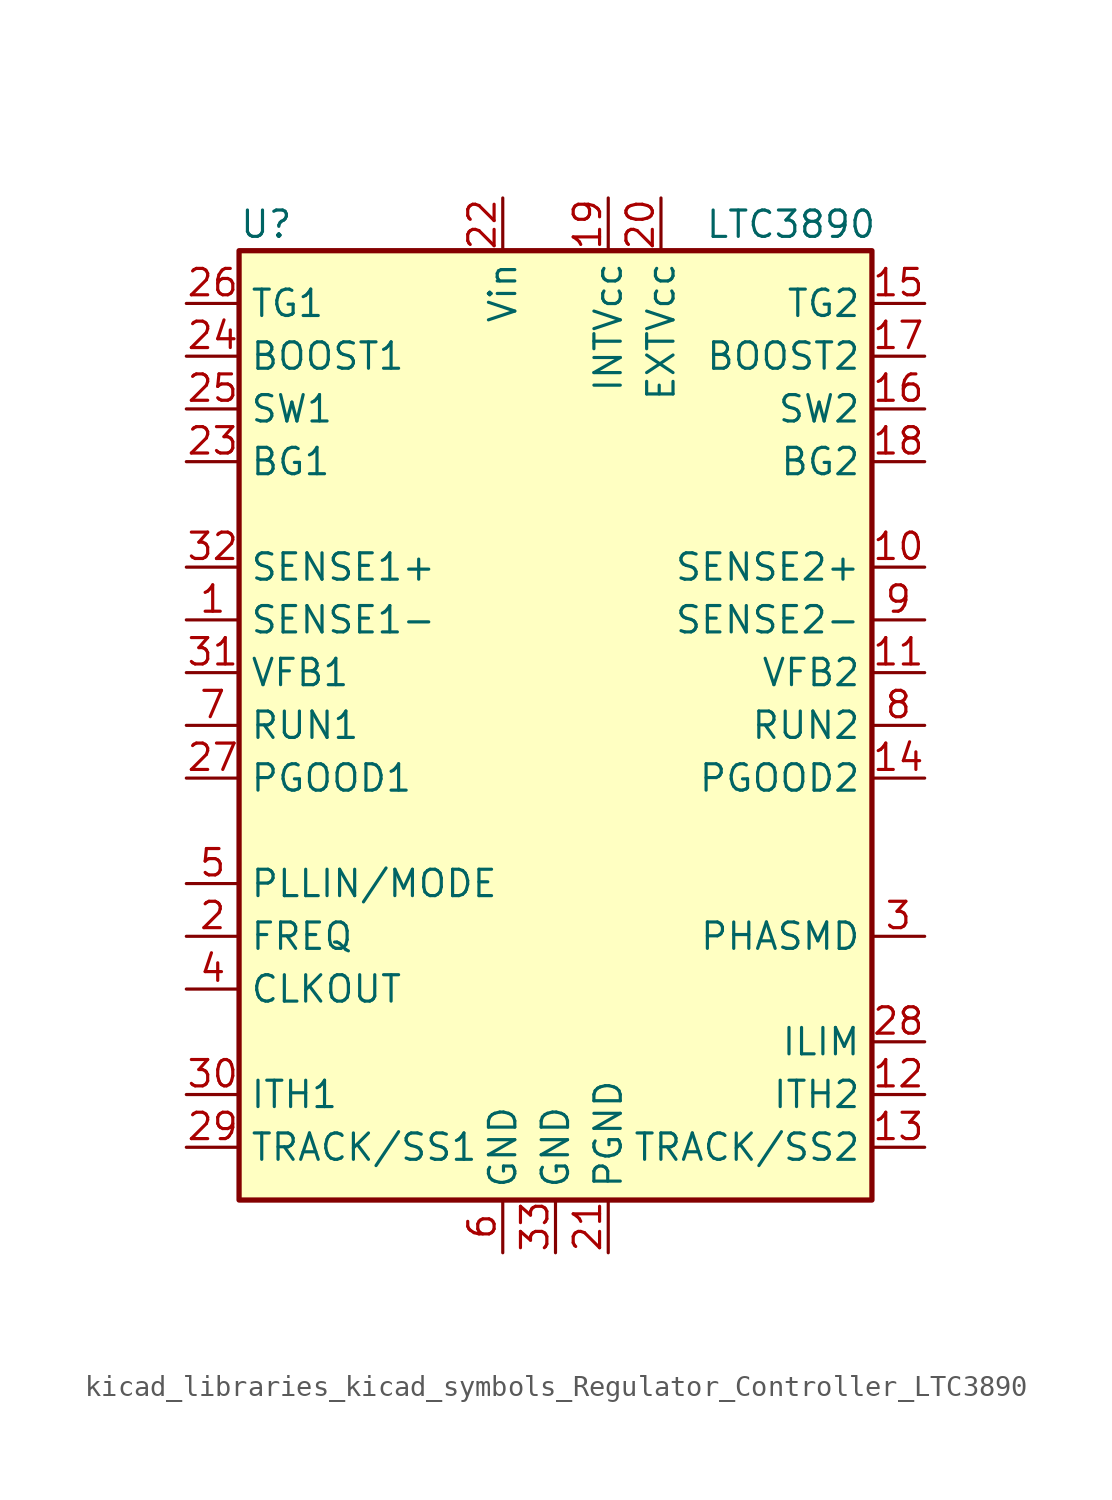
<source format=kicad_sym>
(kicad_symbol_lib
  (version 20220914)
  (generator kicad_symbol_editor)
  (symbol "kicad_libraries_kicad_symbols_Regulator_Controller_LTC3890"
    (property "Reference" "U"
      (at -15.24 24.13 0)
      (effects (font (size 1.27 1.27)) (justify left)))
    (property "Value" "LTC3890"
      (at 15.494 24.13 0)
      (effects (font (size 1.27 1.27)) (justify right)))
    (symbol "kicad_libraries_kicad_symbols_Regulator_Controller_LTC3890_0_1"
      (rectangle (start -15.24 22.86) (end 15.24 -22.86) (stroke (width 0.254) (type default)) (fill (type background))))
    (symbol "kicad_libraries_kicad_symbols_Regulator_Controller_LTC3890_1_1"
      (pin input line (at -17.78 5.08 0) (length 2.54) (name "SENSE1-" (effects (font (size 1.27 1.27)))) (number "1" (effects (font (size 1.27 1.27)))))
      (pin input line (at 17.78 7.62 180) (length 2.54) (name "SENSE2+" (effects (font (size 1.27 1.27)))) (number "10" (effects (font (size 1.27 1.27)))))
      (pin input line (at 17.78 2.54 180) (length 2.54) (name "VFB2" (effects (font (size 1.27 1.27)))) (number "11" (effects (font (size 1.27 1.27)))))
      (pin passive line (at 17.78 -17.78 180) (length 2.54) (name "ITH2" (effects (font (size 1.27 1.27)))) (number "12" (effects (font (size 1.27 1.27)))))
      (pin input line (at 17.78 -20.32 180) (length 2.54) (name "TRACK/SS2" (effects (font (size 1.27 1.27)))) (number "13" (effects (font (size 1.27 1.27)))))
      (pin output line (at 17.78 -2.54 180) (length 2.54) (name "PGOOD2" (effects (font (size 1.27 1.27)))) (number "14" (effects (font (size 1.27 1.27)))))
      (pin output line (at 17.78 20.32 180) (length 2.54) (name "TG2" (effects (font (size 1.27 1.27)))) (number "15" (effects (font (size 1.27 1.27)))))
      (pin output line (at 17.78 15.24 180) (length 2.54) (name "SW2" (effects (font (size 1.27 1.27)))) (number "16" (effects (font (size 1.27 1.27)))))
      (pin output line (at 17.78 17.78 180) (length 2.54) (name "BOOST2" (effects (font (size 1.27 1.27)))) (number "17" (effects (font (size 1.27 1.27)))))
      (pin output line (at 17.78 12.7 180) (length 2.54) (name "BG2" (effects (font (size 1.27 1.27)))) (number "18" (effects (font (size 1.27 1.27)))))
      (pin power_out line (at 2.54 25.4 270) (length 2.54) (name "INTVcc" (effects (font (size 1.27 1.27)))) (number "19" (effects (font (size 1.27 1.27)))))
      (pin input line (at -17.78 -10.16 0) (length 2.54) (name "FREQ" (effects (font (size 1.27 1.27)))) (number "2" (effects (font (size 1.27 1.27)))))
      (pin power_in line (at 5.08 25.4 270) (length 2.54) (name "EXTVcc" (effects (font (size 1.27 1.27)))) (number "20" (effects (font (size 1.27 1.27)))))
      (pin power_in line (at 2.54 -25.4 90) (length 2.54) (name "PGND" (effects (font (size 1.27 1.27)))) (number "21" (effects (font (size 1.27 1.27)))))
      (pin power_in line (at -2.54 25.4 270) (length 2.54) (name "Vin" (effects (font (size 1.27 1.27)))) (number "22" (effects (font (size 1.27 1.27)))))
      (pin output line (at -17.78 12.7 0) (length 2.54) (name "BG1" (effects (font (size 1.27 1.27)))) (number "23" (effects (font (size 1.27 1.27)))))
      (pin output line (at -17.78 17.78 0) (length 2.54) (name "BOOST1" (effects (font (size 1.27 1.27)))) (number "24" (effects (font (size 1.27 1.27)))))
      (pin output line (at -17.78 15.24 0) (length 2.54) (name "SW1" (effects (font (size 1.27 1.27)))) (number "25" (effects (font (size 1.27 1.27)))))
      (pin output line (at -17.78 20.32 0) (length 2.54) (name "TG1" (effects (font (size 1.27 1.27)))) (number "26" (effects (font (size 1.27 1.27)))))
      (pin output line (at -17.78 -2.54 0) (length 2.54) (name "PGOOD1" (effects (font (size 1.27 1.27)))) (number "27" (effects (font (size 1.27 1.27)))))
      (pin input line (at 17.78 -15.24 180) (length 2.54) (name "ILIM" (effects (font (size 1.27 1.27)))) (number "28" (effects (font (size 1.27 1.27)))))
      (pin input line (at -17.78 -20.32 0) (length 2.54) (name "TRACK/SS1" (effects (font (size 1.27 1.27)))) (number "29" (effects (font (size 1.27 1.27)))))
      (pin input line (at 17.78 -10.16 180) (length 2.54) (name "PHASMD" (effects (font (size 1.27 1.27)))) (number "3" (effects (font (size 1.27 1.27)))))
      (pin passive line (at -17.78 -17.78 0) (length 2.54) (name "ITH1" (effects (font (size 1.27 1.27)))) (number "30" (effects (font (size 1.27 1.27)))))
      (pin input line (at -17.78 2.54 0) (length 2.54) (name "VFB1" (effects (font (size 1.27 1.27)))) (number "31" (effects (font (size 1.27 1.27)))))
      (pin input line (at -17.78 7.62 0) (length 2.54) (name "SENSE1+" (effects (font (size 1.27 1.27)))) (number "32" (effects (font (size 1.27 1.27)))))
      (pin power_in line (at 0 -25.4 90) (length 2.54) (name "GND" (effects (font (size 1.27 1.27)))) (number "33" (effects (font (size 1.27 1.27)))))
      (pin output line (at -17.78 -12.7 0) (length 2.54) (name "CLKOUT" (effects (font (size 1.27 1.27)))) (number "4" (effects (font (size 1.27 1.27)))))
      (pin input line (at -17.78 -7.62 0) (length 2.54) (name "PLLIN/MODE" (effects (font (size 1.27 1.27)))) (number "5" (effects (font (size 1.27 1.27)))))
      (pin power_in line (at -2.54 -25.4 90) (length 2.54) (name "GND" (effects (font (size 1.27 1.27)))) (number "6" (effects (font (size 1.27 1.27)))))
      (pin input line (at -17.78 0 0) (length 2.54) (name "RUN1" (effects (font (size 1.27 1.27)))) (number "7" (effects (font (size 1.27 1.27)))))
      (pin input line (at 17.78 0 180) (length 2.54) (name "RUN2" (effects (font (size 1.27 1.27)))) (number "8" (effects (font (size 1.27 1.27)))))
      (pin input line (at 17.78 5.08 180) (length 2.54) (name "SENSE2-" (effects (font (size 1.27 1.27)))) (number "9" (effects (font (size 1.27 1.27))))))))
</source>
